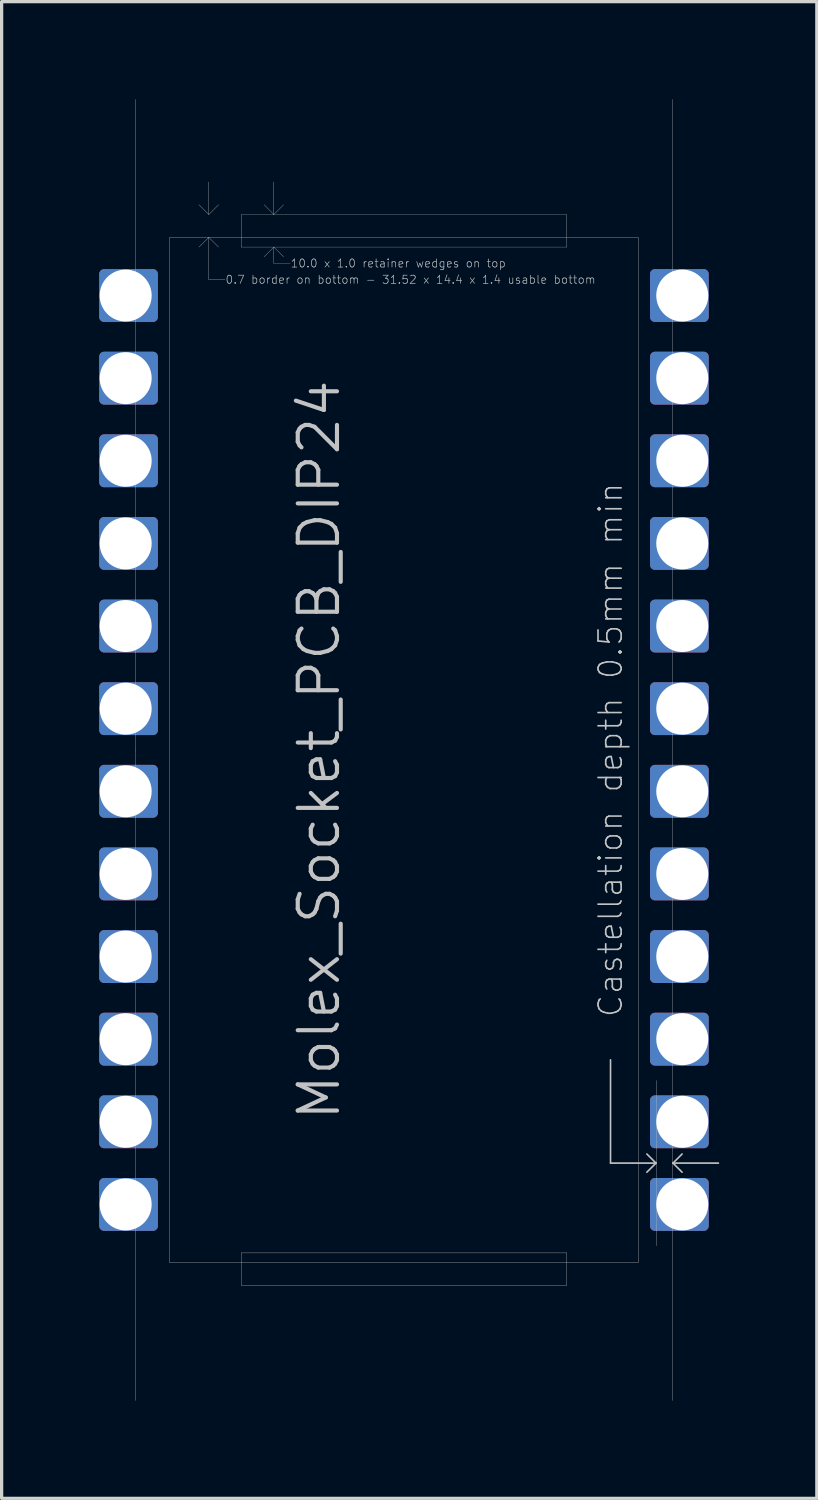
<source format=kicad_pcb>
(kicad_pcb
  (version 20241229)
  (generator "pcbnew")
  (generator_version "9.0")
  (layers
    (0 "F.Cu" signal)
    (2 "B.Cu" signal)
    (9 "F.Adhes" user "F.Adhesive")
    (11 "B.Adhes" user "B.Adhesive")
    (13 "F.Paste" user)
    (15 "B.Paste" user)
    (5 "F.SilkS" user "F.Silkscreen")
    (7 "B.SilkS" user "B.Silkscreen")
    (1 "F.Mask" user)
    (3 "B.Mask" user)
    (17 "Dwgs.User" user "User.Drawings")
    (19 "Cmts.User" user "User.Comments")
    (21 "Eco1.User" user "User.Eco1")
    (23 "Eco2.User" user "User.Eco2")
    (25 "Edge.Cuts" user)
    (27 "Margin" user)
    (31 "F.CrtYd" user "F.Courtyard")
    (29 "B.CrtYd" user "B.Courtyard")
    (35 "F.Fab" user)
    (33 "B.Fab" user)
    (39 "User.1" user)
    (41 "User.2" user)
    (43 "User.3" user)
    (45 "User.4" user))
  (footprint "Molex_Socket_PCB_DIP24"
    (layer "F.Cu")
    (at 9.368 20.005)
    (property "Reference" "Molex_Socket_PCB_DIP24" (at -1.905 0 270) (layer "Dwgs.User") (effects (font (size 1.206 1.206) (thickness 0.127)) (justify bottom)))
    (attr exclude_from_pos_files exclude_from_bom)
    (fp_poly (pts (xy -7.717 -13.31) (xy -9.216 -13.31) (xy -9.216 -14.63) (xy -7.717 -14.63)) (stroke (width 0.305) (type solid)) (fill yes) (layer "F.Cu"))
    (fp_poly (pts (xy -7.717 -10.77) (xy -9.216 -10.77) (xy -9.216 -12.09) (xy -7.717 -12.09)) (stroke (width 0.305) (type solid)) (fill yes) (layer "F.Cu"))
    (fp_poly (pts (xy -7.717 -8.23) (xy -9.216 -8.23) (xy -9.216 -9.55) (xy -7.717 -9.55)) (stroke (width 0.305) (type solid)) (fill yes) (layer "F.Cu"))
    (fp_poly (pts (xy -7.717 -5.69) (xy -9.216 -5.69) (xy -9.216 -7.01) (xy -7.717 -7.01)) (stroke (width 0.305) (type solid)) (fill yes) (layer "F.Cu"))
    (fp_poly (pts (xy -7.717 -3.15) (xy -9.216 -3.15) (xy -9.216 -4.47) (xy -7.717 -4.47)) (stroke (width 0.305) (type solid)) (fill yes) (layer "F.Cu"))
    (fp_poly (pts (xy -7.717 -0.61) (xy -9.216 -0.61) (xy -9.216 -1.93) (xy -7.717 -1.93)) (stroke (width 0.305) (type solid)) (fill yes) (layer "F.Cu"))
    (fp_poly (pts (xy -7.717 1.93) (xy -9.216 1.93) (xy -9.216 0.61) (xy -7.717 0.61)) (stroke (width 0.305) (type solid)) (fill yes) (layer "F.Cu"))
    (fp_poly (pts (xy -7.717 4.47) (xy -9.216 4.47) (xy -9.216 3.15) (xy -7.717 3.15)) (stroke (width 0.305) (type solid)) (fill yes) (layer "F.Cu"))
    (fp_poly (pts (xy -7.717 7.01) (xy -9.216 7.01) (xy -9.216 5.69) (xy -7.717 5.69)) (stroke (width 0.305) (type solid)) (fill yes) (layer "F.Cu"))
    (fp_poly (pts (xy -7.717 9.55) (xy -9.216 9.55) (xy -9.216 8.23) (xy -7.717 8.23)) (stroke (width 0.305) (type solid)) (fill yes) (layer "F.Cu"))
    (fp_poly (pts (xy -7.717 12.09) (xy -9.216 12.09) (xy -9.216 10.77) (xy -7.717 10.77)) (stroke (width 0.305) (type solid)) (fill yes) (layer "F.Cu"))
    (fp_poly (pts (xy -7.717 14.63) (xy -9.216 14.63) (xy -9.216 13.31) (xy -7.717 13.31)) (stroke (width 0.305) (type solid)) (fill yes) (layer "F.Cu"))
    (fp_poly (pts (xy 9.216 -13.31) (xy 7.717 -13.31) (xy 7.717 -14.63) (xy 9.216 -14.63)) (stroke (width 0.305) (type solid)) (fill yes) (layer "F.Cu"))
    (fp_poly (pts (xy 9.216 -10.77) (xy 7.717 -10.77) (xy 7.717 -12.09) (xy 9.216 -12.09)) (stroke (width 0.305) (type solid)) (fill yes) (layer "F.Cu"))
    (fp_poly (pts (xy 9.216 -8.23) (xy 7.717 -8.23) (xy 7.717 -9.55) (xy 9.216 -9.55)) (stroke (width 0.305) (type solid)) (fill yes) (layer "F.Cu"))
    (fp_poly (pts (xy 9.216 -5.69) (xy 7.717 -5.69) (xy 7.717 -7.01) (xy 9.216 -7.01)) (stroke (width 0.305) (type solid)) (fill yes) (layer "F.Cu"))
    (fp_poly (pts (xy 9.216 -3.15) (xy 7.717 -3.15) (xy 7.717 -4.47) (xy 9.216 -4.47)) (stroke (width 0.305) (type solid)) (fill yes) (layer "F.Cu"))
    (fp_poly (pts (xy 9.216 -0.61) (xy 7.717 -0.61) (xy 7.717 -1.93) (xy 9.216 -1.93)) (stroke (width 0.305) (type solid)) (fill yes) (layer "F.Cu"))
    (fp_poly (pts (xy 9.216 1.93) (xy 7.717 1.93) (xy 7.717 0.61) (xy 9.216 0.61)) (stroke (width 0.305) (type solid)) (fill yes) (layer "F.Cu"))
    (fp_poly (pts (xy 9.216 4.47) (xy 7.717 4.47) (xy 7.717 3.15) (xy 9.216 3.15)) (stroke (width 0.305) (type solid)) (fill yes) (layer "F.Cu"))
    (fp_poly (pts (xy 9.216 7.01) (xy 7.717 7.01) (xy 7.717 5.69) (xy 9.216 5.69)) (stroke (width 0.305) (type solid)) (fill yes) (layer "F.Cu"))
    (fp_poly (pts (xy 9.216 9.55) (xy 7.717 9.55) (xy 7.717 8.23) (xy 9.216 8.23)) (stroke (width 0.305) (type solid)) (fill yes) (layer "F.Cu"))
    (fp_poly (pts (xy 9.216 12.09) (xy 7.717 12.09) (xy 7.717 10.77) (xy 9.216 10.77)) (stroke (width 0.305) (type solid)) (fill yes) (layer "F.Cu"))
    (fp_poly (pts (xy 9.216 14.63) (xy 7.717 14.63) (xy 7.717 13.31) (xy 9.216 13.31)) (stroke (width 0.305) (type solid)) (fill yes) (layer "F.Cu"))
    (fp_poly (pts (xy -7.717 -14.63) (xy -9.216 -14.63) (xy -9.216 -13.31) (xy -7.717 -13.31)) (stroke (width 0.305) (type solid)) (fill yes) (layer "B.Cu"))
    (fp_poly (pts (xy -7.717 -12.09) (xy -9.216 -12.09) (xy -9.216 -10.77) (xy -7.717 -10.77)) (stroke (width 0.305) (type solid)) (fill yes) (layer "B.Cu"))
    (fp_poly (pts (xy -7.717 -9.55) (xy -9.216 -9.55) (xy -9.216 -8.23) (xy -7.717 -8.23)) (stroke (width 0.305) (type solid)) (fill yes) (layer "B.Cu"))
    (fp_poly (pts (xy -7.717 -7.01) (xy -9.216 -7.01) (xy -9.216 -5.69) (xy -7.717 -5.69)) (stroke (width 0.305) (type solid)) (fill yes) (layer "B.Cu"))
    (fp_poly (pts (xy -7.717 -4.47) (xy -9.216 -4.47) (xy -9.216 -3.15) (xy -7.717 -3.15)) (stroke (width 0.305) (type solid)) (fill yes) (layer "B.Cu"))
    (fp_poly (pts (xy -7.717 -1.93) (xy -9.216 -1.93) (xy -9.216 -0.61) (xy -7.717 -0.61)) (stroke (width 0.305) (type solid)) (fill yes) (layer "B.Cu"))
    (fp_poly (pts (xy -7.717 0.61) (xy -9.216 0.61) (xy -9.216 1.93) (xy -7.717 1.93)) (stroke (width 0.305) (type solid)) (fill yes) (layer "B.Cu"))
    (fp_poly (pts (xy -7.717 3.15) (xy -9.216 3.15) (xy -9.216 4.47) (xy -7.717 4.47)) (stroke (width 0.305) (type solid)) (fill yes) (layer "B.Cu"))
    (fp_poly (pts (xy -7.717 5.69) (xy -9.216 5.69) (xy -9.216 7.01) (xy -7.717 7.01)) (stroke (width 0.305) (type solid)) (fill yes) (layer "B.Cu"))
    (fp_poly (pts (xy -7.717 8.23) (xy -9.216 8.23) (xy -9.216 9.55) (xy -7.717 9.55)) (stroke (width 0.305) (type solid)) (fill yes) (layer "B.Cu"))
    (fp_poly (pts (xy -7.717 10.77) (xy -9.216 10.77) (xy -9.216 12.09) (xy -7.717 12.09)) (stroke (width 0.305) (type solid)) (fill yes) (layer "B.Cu"))
    (fp_poly (pts (xy -7.717 13.31) (xy -9.216 13.31) (xy -9.216 14.63) (xy -7.717 14.63)) (stroke (width 0.305) (type solid)) (fill yes) (layer "B.Cu"))
    (fp_poly (pts (xy 9.216 -14.63) (xy 7.717 -14.63) (xy 7.717 -13.31) (xy 9.216 -13.31)) (stroke (width 0.305) (type solid)) (fill yes) (layer "B.Cu"))
    (fp_poly (pts (xy 9.216 -12.09) (xy 7.717 -12.09) (xy 7.717 -10.77) (xy 9.216 -10.77)) (stroke (width 0.305) (type solid)) (fill yes) (layer "B.Cu"))
    (fp_poly (pts (xy 9.216 -9.55) (xy 7.717 -9.55) (xy 7.717 -8.23) (xy 9.216 -8.23)) (stroke (width 0.305) (type solid)) (fill yes) (layer "B.Cu"))
    (fp_poly (pts (xy 9.216 -7.01) (xy 7.717 -7.01) (xy 7.717 -5.69) (xy 9.216 -5.69)) (stroke (width 0.305) (type solid)) (fill yes) (layer "B.Cu"))
    (fp_poly (pts (xy 9.216 -4.47) (xy 7.717 -4.47) (xy 7.717 -3.15) (xy 9.216 -3.15)) (stroke (width 0.305) (type solid)) (fill yes) (layer "B.Cu"))
    (fp_poly (pts (xy 9.216 -1.93) (xy 7.717 -1.93) (xy 7.717 -0.61) (xy 9.216 -0.61)) (stroke (width 0.305) (type solid)) (fill yes) (layer "B.Cu"))
    (fp_poly (pts (xy 9.216 0.61) (xy 7.717 0.61) (xy 7.717 1.93) (xy 9.216 1.93)) (stroke (width 0.305) (type solid)) (fill yes) (layer "B.Cu"))
    (fp_poly (pts (xy 9.216 3.15) (xy 7.717 3.15) (xy 7.717 4.47) (xy 9.216 4.47)) (stroke (width 0.305) (type solid)) (fill yes) (layer "B.Cu"))
    (fp_poly (pts (xy 9.216 5.69) (xy 7.717 5.69) (xy 7.717 7.01) (xy 9.216 7.01)) (stroke (width 0.305) (type solid)) (fill yes) (layer "B.Cu"))
    (fp_poly (pts (xy 9.216 8.23) (xy 7.717 8.23) (xy 7.717 9.55) (xy 9.216 9.55)) (stroke (width 0.305) (type solid)) (fill yes) (layer "B.Cu"))
    (fp_poly (pts (xy 9.216 10.77) (xy 7.717 10.77) (xy 7.717 12.09) (xy 9.216 12.09)) (stroke (width 0.305) (type solid)) (fill yes) (layer "B.Cu"))
    (fp_poly (pts (xy 9.216 13.31) (xy 7.717 13.31) (xy 7.717 14.63) (xy 9.216 14.63)) (stroke (width 0.305) (type solid)) (fill yes) (layer "B.Cu"))
    (fp_line (start -8.255 -20) (end -8.255 20) (stroke (width 0.01) (type solid)) (layer "Dwgs.User"))
    (fp_line (start -8.255 0.051) (end -8.255 -0.051) (stroke (width 0.002) (type solid)) (layer "Dwgs.User"))
    (fp_line (start -7.2 -15.76) (end -7.2 15.76) (stroke (width 0.01) (type solid)) (layer "Dwgs.User"))
    (fp_line (start -7.2 -15.76) (end 7.2 -15.76) (stroke (width 0.01) (type solid)) (layer "Dwgs.User"))
    (fp_line (start -7.2 15.76) (end 7.2 15.76) (stroke (width 0.01) (type solid)) (layer "Dwgs.User"))
    (fp_line (start -6 -16.46) (end -6.3 -16.76) (stroke (width 0.01) (type solid)) (layer "Dwgs.User"))
    (fp_line (start -6 -16.46) (end -6 -17.46) (stroke (width 0.01) (type solid)) (layer "Dwgs.User"))
    (fp_line (start -6 -16.46) (end -5.7 -16.76) (stroke (width 0.01) (type solid)) (layer "Dwgs.User"))
    (fp_line (start -6 -15.76) (end -6.3 -15.46) (stroke (width 0.01) (type solid)) (layer "Dwgs.User"))
    (fp_line (start -6 -15.76) (end -6 -14.46) (stroke (width 0.01) (type solid)) (layer "Dwgs.User"))
    (fp_line (start -6 -15.76) (end -5.7 -15.46) (stroke (width 0.01) (type solid)) (layer "Dwgs.User"))
    (fp_line (start -6 -14.46) (end -5.5 -14.46) (stroke (width 0.01) (type solid)) (layer "Dwgs.User"))
    (fp_line (start -5 -16.46) (end -5 -15.46) (stroke (width 0.01) (type solid)) (layer "Dwgs.User"))
    (fp_line (start -5 -15.46) (end 5 -15.46) (stroke (width 0.01) (type solid)) (layer "Dwgs.User"))
    (fp_line (start -5 15.46) (end -5 16.46) (stroke (width 0.01) (type solid)) (layer "Dwgs.User"))
    (fp_line (start -5 15.46) (end 5 15.46) (stroke (width 0.01) (type solid)) (layer "Dwgs.User"))
    (fp_line (start -5 16.46) (end 5 16.46) (stroke (width 0.01) (type solid)) (layer "Dwgs.User"))
    (fp_line (start -4 -16.46) (end -4.3 -16.76) (stroke (width 0.01) (type solid)) (layer "Dwgs.User"))
    (fp_line (start -4 -16.46) (end -4 -17.46) (stroke (width 0.01) (type solid)) (layer "Dwgs.User"))
    (fp_line (start -4 -16.46) (end -3.7 -16.76) (stroke (width 0.01) (type solid)) (layer "Dwgs.User"))
    (fp_line (start -4 -15.46) (end -4.3 -15.16) (stroke (width 0.01) (type solid)) (layer "Dwgs.User"))
    (fp_line (start -4 -15.46) (end -4 -14.96) (stroke (width 0.01) (type solid)) (layer "Dwgs.User"))
    (fp_line (start -4 -15.46) (end -3.7 -15.16) (stroke (width 0.01) (type solid)) (layer "Dwgs.User"))
    (fp_line (start -4 -14.96) (end -3.5 -14.96) (stroke (width 0.01) (type solid)) (layer "Dwgs.User"))
    (fp_line (start 5 -16.46) (end -5 -16.46) (stroke (width 0.01) (type solid)) (layer "Dwgs.User"))
    (fp_line (start 5 -15.46) (end 5 -16.46) (stroke (width 0.01) (type solid)) (layer "Dwgs.User"))
    (fp_line (start 5 16.46) (end 5 15.46) (stroke (width 0.01) (type solid)) (layer "Dwgs.User"))
    (fp_line (start 6.35 9.525) (end 6.35 12.7) (stroke (width 0.05) (type solid)) (layer "Dwgs.User"))
    (fp_line (start 6.35 12.7) (end 7.747 12.7) (stroke (width 0.05) (type solid)) (layer "Dwgs.User"))
    (fp_line (start 7.2 -15.76) (end 7.2 15.76) (stroke (width 0.01) (type solid)) (layer "Dwgs.User"))
    (fp_line (start 7.467 12.42) (end 7.747 12.7) (stroke (width 0.05) (type solid)) (layer "Dwgs.User"))
    (fp_line (start 7.747 12.7) (end 7.467 12.98) (stroke (width 0.05) (type solid)) (layer "Dwgs.User"))
    (fp_line (start 7.757 15.24) (end 7.757 10.16) (stroke (width 0.01) (type solid)) (layer "Dwgs.User"))
    (fp_line (start 8.255 -20) (end 8.255 20) (stroke (width 0.01) (type solid)) (layer "Dwgs.User"))
    (fp_line (start 8.27 12.7) (end 8.55 12.98) (stroke (width 0.05) (type solid)) (layer "Dwgs.User"))
    (fp_line (start 8.27 12.7) (end 9.667 12.7) (stroke (width 0.05) (type solid)) (layer "Dwgs.User"))
    (fp_line (start 8.55 12.42) (end 8.27 12.7) (stroke (width 0.05) (type solid)) (layer "Dwgs.User"))
    (fp_line (start -8.26 -16.51) (end -0.762 -16.51) (stroke (width 0.01) (type solid)) (layer "Eco1.User"))
    (fp_line (start -8.26 16.51) (end -8.26 -16.51) (stroke (width 0.01) (type solid)) (layer "Eco1.User"))
    (fp_line (start -8.26 16.51) (end -4.559 16.51) (stroke (width 0.01) (type solid)) (layer "Eco1.User"))
    (fp_line (start -4.559 16.51) (end -4.559 19.05) (stroke (width 0.01) (type solid)) (layer "Eco1.User"))
    (fp_line (start -4.559 19.05) (end -3.035 19.05) (stroke (width 0.01) (type solid)) (layer "Eco1.User"))
    (fp_line (start -3.035 19.05) (end -3.035 16.51) (stroke (width 0.01) (type solid)) (layer "Eco1.User"))
    (fp_line (start -0.762 -19.05) (end 0.762 -19.05) (stroke (width 0.01) (type solid)) (layer "Eco1.User"))
    (fp_line (start -0.762 -16.51) (end -0.762 -19.05) (stroke (width 0.01) (type solid)) (layer "Eco1.User"))
    (fp_line (start 0.762 -19.05) (end 0.762 -16.51) (stroke (width 0.01) (type solid)) (layer "Eco1.User"))
    (fp_line (start 0.762 -16.51) (end 8.26 -16.51) (stroke (width 0.01) (type solid)) (layer "Eco1.User"))
    (fp_line (start 3.035 16.51) (end -3.035 16.51) (stroke (width 0.01) (type solid)) (layer "Eco1.User"))
    (fp_line (start 3.035 19.05) (end 3.035 16.51) (stroke (width 0.01) (type solid)) (layer "Eco1.User"))
    (fp_line (start 4.559 16.51) (end 4.559 19.05) (stroke (width 0.01) (type solid)) (layer "Eco1.User"))
    (fp_line (start 4.559 16.51) (end 8.26 16.51) (stroke (width 0.01) (type solid)) (layer "Eco1.User"))
    (fp_line (start 4.559 19.05) (end 3.035 19.05) (stroke (width 0.01) (type solid)) (layer "Eco1.User"))
    (fp_line (start 8.26 16.51) (end 8.26 -16.51) (stroke (width 0.01) (type solid)) (layer "Eco1.User"))
    (fp_line (start -8.26 14.95) (end -8.26 -14.4) (stroke (width 0.01) (type solid)) (layer "Eco2.User"))
    (fp_line (start -8 15.21) (end -8.26 14.95) (stroke (width 0.01) (type solid)) (layer "Eco2.User"))
    (fp_line (start -8 16.46) (end -8 15.21) (stroke (width 0.01) (type solid)) (layer "Eco2.User"))
    (fp_line (start -8 16.46) (end 8 16.46) (stroke (width 0.01) (type solid)) (layer "Eco2.User"))
    (fp_line (start -6.2 -16.46) (end -8.26 -14.4) (stroke (width 0.01) (type solid)) (layer "Eco2.User"))
    (fp_line (start 8 -16.46) (end -6.2 -16.46) (stroke (width 0.01) (type solid)) (layer "Eco2.User"))
    (fp_line (start 8 -15.21) (end 8 -16.46) (stroke (width 0.01) (type solid)) (layer "Eco2.User"))
    (fp_line (start 8 15.21) (end 8.26 14.95) (stroke (width 0.01) (type solid)) (layer "Eco2.User"))
    (fp_line (start 8 16.46) (end 8 15.21) (stroke (width 0.01) (type solid)) (layer "Eco2.User"))
    (fp_line (start 8.26 -14.95) (end 8 -15.21) (stroke (width 0.01) (type solid)) (layer "Eco2.User"))
    (fp_line (start 8.26 14.95) (end 8.26 -14.95) (stroke (width 0.01) (type solid)) (layer "Eco2.User"))
    (fp_text user "Castellation depth 0.5mm min" (at 6.35 0 270) (layer "Dwgs.User") (effects (font (size 0.711 0.711) (thickness 0.051))))
    (fp_text user "10.0 x 1.0 retainer wedges on top" (at -3.5 -14.96 0) (layer "Dwgs.User") (effects (font (size 0.25 0.25) (thickness 0.02)) (justify left)))
    (fp_text user "0.7 border on bottom - 31.52 x 14.4 x 1.4 usable bottom" (at -5.5 -14.46 0) (layer "Dwgs.User") (effects (font (size 0.25 0.25) (thickness 0.02)) (justify left)))
    (fp_text user "Eco1.User is Edge.Cuts for use without carrier." (at -4.445 0 270) (layer "Eco1.User") (effects (font (size 0.8 0.8) (thickness 0.05))))
    (fp_text user "Board outline: 0.01mm grid, copy Eco2.User" (at -6 0 270) (layer "Eco2.User") (effects (font (size 0.711 0.711) (thickness 0.051))))
    (pad "1" thru_hole circle (at -8.555 -13.97) (size 1.6 1.6) (drill 1.598) (layers "*.Cu" "*.Mask"))
    (pad "2" thru_hole circle (at -8.555 -11.43) (size 1.6 1.6) (drill 1.598) (layers "*.Cu" "*.Mask"))
    (pad "3" thru_hole circle (at -8.555 -8.89) (size 1.6 1.6) (drill 1.598) (layers "*.Cu" "*.Mask"))
    (pad "4" thru_hole circle (at -8.555 -6.35) (size 1.6 1.6) (drill 1.598) (layers "*.Cu" "*.Mask"))
    (pad "5" thru_hole circle (at -8.555 -3.81) (size 1.6 1.6) (drill 1.598) (layers "*.Cu" "*.Mask"))
    (pad "6" thru_hole circle (at -8.555 -1.27) (size 1.6 1.6) (drill 1.598) (layers "*.Cu" "*.Mask"))
    (pad "7" thru_hole circle (at -8.555 1.27) (size 1.6 1.6) (drill 1.598) (layers "*.Cu" "*.Mask"))
    (pad "8" thru_hole circle (at -8.555 3.81) (size 1.6 1.6) (drill 1.598) (layers "*.Cu" "*.Mask"))
    (pad "9" thru_hole circle (at -8.555 6.35) (size 1.6 1.6) (drill 1.598) (layers "*.Cu" "*.Mask"))
    (pad "10" thru_hole circle (at -8.555 8.89) (size 1.6 1.6) (drill 1.598) (layers "*.Cu" "*.Mask"))
    (pad "11" thru_hole circle (at -8.555 11.43) (size 1.6 1.6) (drill 1.598) (layers "*.Cu" "*.Mask"))
    (pad "12" thru_hole circle (at -8.555 13.97) (size 1.6 1.6) (drill 1.598) (layers "*.Cu" "*.Mask"))
    (pad "13" thru_hole circle (at 8.555 13.97 180) (size 1.6 1.6) (drill 1.598) (layers "*.Cu" "*.Mask"))
    (pad "14" thru_hole circle (at 8.555 11.43 180) (size 1.6 1.6) (drill 1.598) (layers "*.Cu" "*.Mask"))
    (pad "15" thru_hole circle (at 8.555 8.89 180) (size 1.6 1.6) (drill 1.598) (layers "*.Cu" "*.Mask"))
    (pad "16" thru_hole circle (at 8.555 6.35 180) (size 1.6 1.6) (drill 1.598) (layers "*.Cu" "*.Mask"))
    (pad "17" thru_hole circle (at 8.555 3.81 180) (size 1.6 1.6) (drill 1.598) (layers "*.Cu" "*.Mask"))
    (pad "18" thru_hole circle (at 8.555 1.27 180) (size 1.6 1.6) (drill 1.598) (layers "*.Cu" "*.Mask"))
    (pad "19" thru_hole circle (at 8.555 -1.27 180) (size 1.6 1.6) (drill 1.598) (layers "*.Cu" "*.Mask"))
    (pad "20" thru_hole circle (at 8.555 -3.81 180) (size 1.6 1.6) (drill 1.598) (layers "*.Cu" "*.Mask"))
    (pad "21" thru_hole circle (at 8.555 -6.35 180) (size 1.6 1.6) (drill 1.598) (layers "*.Cu" "*.Mask"))
    (pad "22" thru_hole circle (at 8.555 -8.89 180) (size 1.6 1.6) (drill 1.598) (layers "*.Cu" "*.Mask"))
    (pad "23" thru_hole circle (at 8.555 -11.43 180) (size 1.6 1.6) (drill 1.598) (layers "*.Cu" "*.Mask"))
    (pad "24" thru_hole circle (at 8.555 -13.97 180) (size 1.6 1.6) (drill 1.598) (layers "*.Cu" "*.Mask")))
  (gr_rect
    (start -3 -3)
    (end 22.06 43.01)
    (stroke (width 0.1) (type default))
    (fill no)
    (layer "Edge.Cuts")))
</source>
